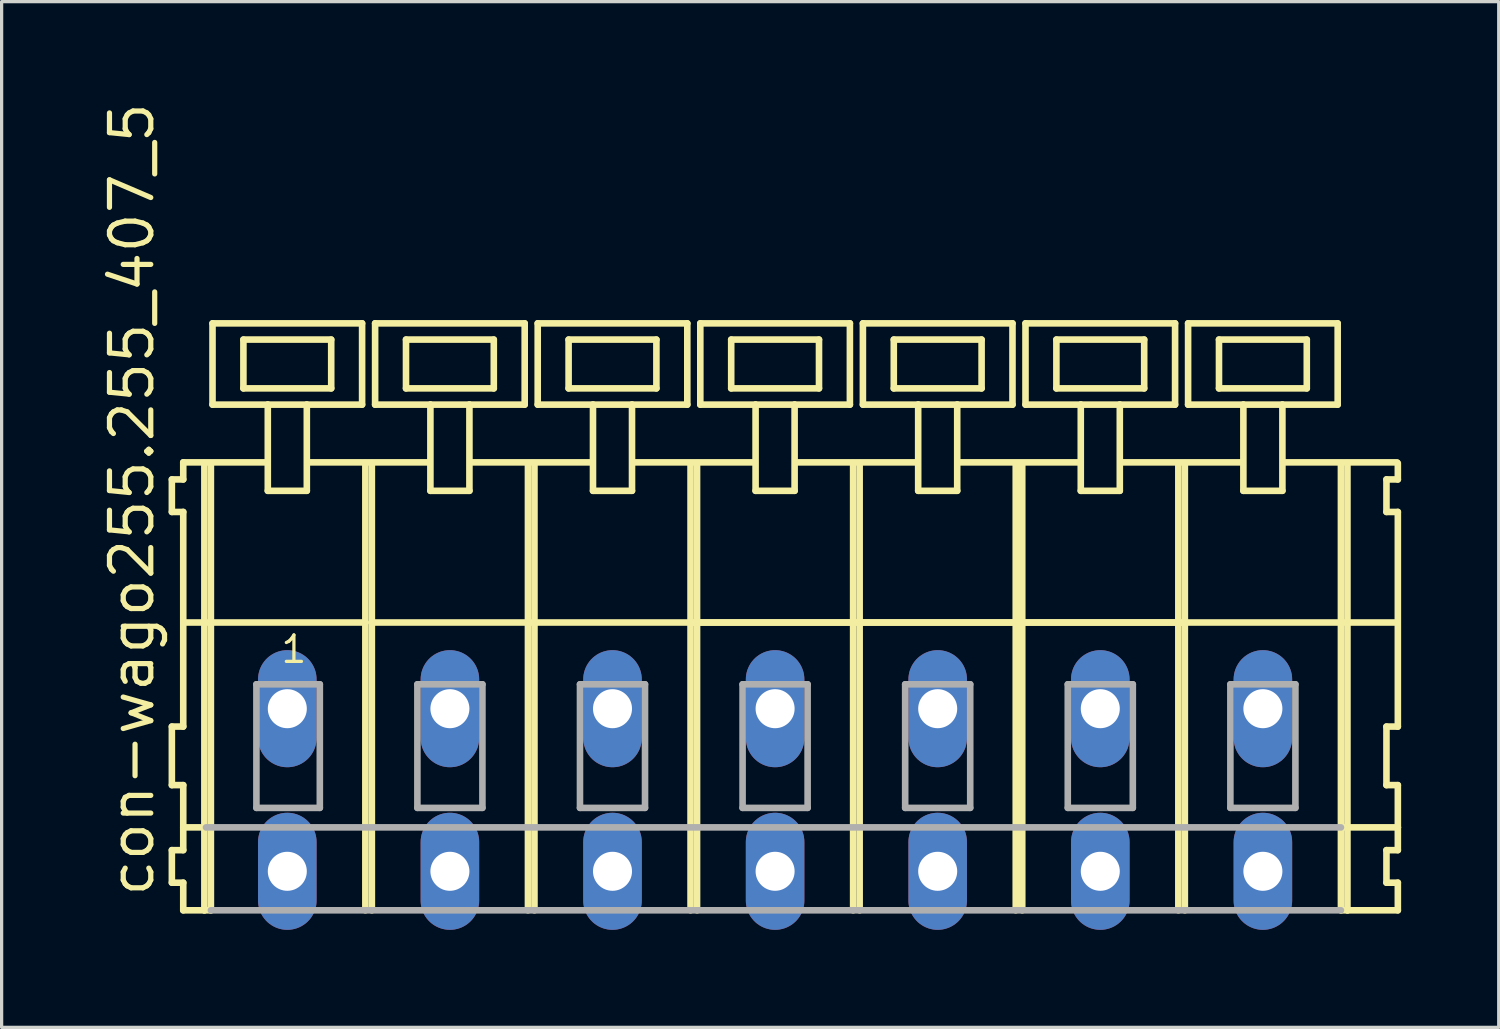
<source format=kicad_pcb>
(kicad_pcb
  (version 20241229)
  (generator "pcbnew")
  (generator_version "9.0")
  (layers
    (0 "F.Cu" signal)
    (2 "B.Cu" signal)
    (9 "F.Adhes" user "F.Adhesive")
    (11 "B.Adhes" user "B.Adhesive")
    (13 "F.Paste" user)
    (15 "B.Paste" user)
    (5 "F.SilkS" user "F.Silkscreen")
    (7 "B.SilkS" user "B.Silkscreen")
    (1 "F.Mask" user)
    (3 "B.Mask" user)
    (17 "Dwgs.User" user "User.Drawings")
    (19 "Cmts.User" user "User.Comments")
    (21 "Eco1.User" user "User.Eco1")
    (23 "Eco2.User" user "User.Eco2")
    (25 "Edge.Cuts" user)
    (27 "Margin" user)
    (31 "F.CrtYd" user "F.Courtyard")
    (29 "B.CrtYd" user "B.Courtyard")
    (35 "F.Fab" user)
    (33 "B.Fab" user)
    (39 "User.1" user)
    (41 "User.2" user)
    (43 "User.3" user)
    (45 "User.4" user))
  (footprint "con-wago255.255_407_5"
    (layer "F.Cu")
    (at 18.285 18.743)
    (property "Reference" "con-wago255.255_407_5" (at -16.535 5.855 90) (layer "F.SilkS") (effects (font (size 1.27 1.27) (thickness 0.16)) (justify left bottom)))
    (attr through_hole)
    (fp_line (start -16.05 -7.05) (end -16.05 -6.05) (stroke (width 0.203) (type default)) (layer "F.SilkS"))
    (fp_line (start -16.05 -6.05) (end -15.7 -6.05) (stroke (width 0.203) (type default)) (layer "F.SilkS"))
    (fp_line (start -16.05 0.55) (end -16.05 2.35) (stroke (width 0.203) (type default)) (layer "F.SilkS"))
    (fp_line (start -16.05 2.35) (end -15.7 2.35) (stroke (width 0.203) (type default)) (layer "F.SilkS"))
    (fp_line (start -16.05 4.35) (end -16.05 5.35) (stroke (width 0.203) (type default)) (layer "F.SilkS"))
    (fp_line (start -16.05 5.35) (end -15.7 5.35) (stroke (width 0.203) (type default)) (layer "F.SilkS"))
    (fp_line (start -15.7 -7.575) (end -15.7 -7.05) (stroke (width 0.203) (type default)) (layer "F.SilkS"))
    (fp_line (start -15.7 -7.575) (end -13.125 -7.575) (stroke (width 0.203) (type default)) (layer "F.SilkS"))
    (fp_line (start -15.7 -7.05) (end -16.05 -7.05) (stroke (width 0.203) (type default)) (layer "F.SilkS"))
    (fp_line (start -15.7 -6.05) (end -15.7 0.55) (stroke (width 0.203) (type default)) (layer "F.SilkS"))
    (fp_line (start -15.7 0.55) (end -16.05 0.55) (stroke (width 0.203) (type default)) (layer "F.SilkS"))
    (fp_line (start -15.7 2.35) (end -15.7 4.35) (stroke (width 0.203) (type default)) (layer "F.SilkS"))
    (fp_line (start -15.7 3.65) (end -15 3.65) (stroke (width 0.203) (type default)) (layer "F.SilkS"))
    (fp_line (start -15.7 4.35) (end -16.05 4.35) (stroke (width 0.203) (type default)) (layer "F.SilkS"))
    (fp_line (start -15.7 5.35) (end -15.7 6.2) (stroke (width 0.203) (type default)) (layer "F.SilkS"))
    (fp_line (start -15.7 6.2) (end -15.05 6.2) (stroke (width 0.203) (type default)) (layer "F.SilkS"))
    (fp_line (start -15.65 -2.65) (end -10.1 -2.65) (stroke (width 0.203) (type default)) (layer "F.SilkS"))
    (fp_line (start -15.05 -7.55) (end -15.05 6.2) (stroke (width 0.203) (type default)) (layer "F.SilkS"))
    (fp_line (start -15.05 6.2) (end -14.85 6.2) (stroke (width 0.203) (type default)) (layer "F.SilkS"))
    (fp_line (start -14.85 -7.55) (end -14.85 6.2) (stroke (width 0.203) (type default)) (layer "F.SilkS"))
    (fp_line (start -14.8 -11.85) (end -14.8 -9.35) (stroke (width 0.203) (type default)) (layer "F.SilkS"))
    (fp_line (start -14.8 -9.35) (end -13.1 -9.35) (stroke (width 0.203) (type default)) (layer "F.SilkS"))
    (fp_line (start -13.85 -11.35) (end -13.85 -9.85) (stroke (width 0.203) (type default)) (layer "F.SilkS"))
    (fp_line (start -13.85 -9.85) (end -11.15 -9.85) (stroke (width 0.203) (type default)) (layer "F.SilkS"))
    (fp_line (start -13.1 -9.35) (end -13.1 -6.7) (stroke (width 0.203) (type default)) (layer "F.SilkS"))
    (fp_line (start -13.1 -9.35) (end -11.9 -9.35) (stroke (width 0.203) (type default)) (layer "F.SilkS"))
    (fp_line (start -13.1 -6.7) (end -11.9 -6.7) (stroke (width 0.203) (type default)) (layer "F.SilkS"))
    (fp_line (start -11.9 -9.35) (end -10.2 -9.35) (stroke (width 0.203) (type default)) (layer "F.SilkS"))
    (fp_line (start -11.9 -6.7) (end -11.9 -9.35) (stroke (width 0.203) (type default)) (layer "F.SilkS"))
    (fp_line (start -11.825 -7.575) (end -8.125 -7.575) (stroke (width 0.203) (type default)) (layer "F.SilkS"))
    (fp_line (start -11.15 -11.35) (end -13.85 -11.35) (stroke (width 0.203) (type default)) (layer "F.SilkS"))
    (fp_line (start -11.15 -9.85) (end -11.15 -11.35) (stroke (width 0.203) (type default)) (layer "F.SilkS"))
    (fp_line (start -10.2 -11.85) (end -14.8 -11.85) (stroke (width 0.203) (type default)) (layer "F.SilkS"))
    (fp_line (start -10.2 -9.35) (end -10.2 -11.85) (stroke (width 0.203) (type default)) (layer "F.SilkS"))
    (fp_line (start -10.1 -7.55) (end -10.1 -2.65) (stroke (width 0.203) (type default)) (layer "F.SilkS"))
    (fp_line (start -10.1 -2.65) (end -10.1 6.2) (stroke (width 0.203) (type default)) (layer "F.SilkS"))
    (fp_line (start -9.9 -7.55) (end -9.9 -2.65) (stroke (width 0.203) (type default)) (layer "F.SilkS"))
    (fp_line (start -9.9 -2.65) (end -9.9 6.2) (stroke (width 0.203) (type default)) (layer "F.SilkS"))
    (fp_line (start -9.9 -2.65) (end -5.1 -2.65) (stroke (width 0.203) (type default)) (layer "F.SilkS"))
    (fp_line (start -9.8 -11.85) (end -9.8 -9.35) (stroke (width 0.203) (type default)) (layer "F.SilkS"))
    (fp_line (start -9.8 -9.35) (end -8.1 -9.35) (stroke (width 0.203) (type default)) (layer "F.SilkS"))
    (fp_line (start -8.85 -11.35) (end -8.85 -9.85) (stroke (width 0.203) (type default)) (layer "F.SilkS"))
    (fp_line (start -8.85 -9.85) (end -6.15 -9.85) (stroke (width 0.203) (type default)) (layer "F.SilkS"))
    (fp_line (start -8.1 -9.35) (end -8.1 -6.7) (stroke (width 0.203) (type default)) (layer "F.SilkS"))
    (fp_line (start -8.1 -9.35) (end -6.9 -9.35) (stroke (width 0.203) (type default)) (layer "F.SilkS"))
    (fp_line (start -8.1 -6.7) (end -6.9 -6.7) (stroke (width 0.203) (type default)) (layer "F.SilkS"))
    (fp_line (start -6.9 -9.35) (end -5.2 -9.35) (stroke (width 0.203) (type default)) (layer "F.SilkS"))
    (fp_line (start -6.9 -6.7) (end -6.9 -9.35) (stroke (width 0.203) (type default)) (layer "F.SilkS"))
    (fp_line (start -6.875 -7.575) (end -3.125 -7.575) (stroke (width 0.203) (type default)) (layer "F.SilkS"))
    (fp_line (start -6.15 -11.35) (end -8.85 -11.35) (stroke (width 0.203) (type default)) (layer "F.SilkS"))
    (fp_line (start -6.15 -9.85) (end -6.15 -11.35) (stroke (width 0.203) (type default)) (layer "F.SilkS"))
    (fp_line (start -5.2 -11.85) (end -9.8 -11.85) (stroke (width 0.203) (type default)) (layer "F.SilkS"))
    (fp_line (start -5.2 -9.35) (end -5.2 -11.85) (stroke (width 0.203) (type default)) (layer "F.SilkS"))
    (fp_line (start -5.1 -7.55) (end -5.1 -2.65) (stroke (width 0.203) (type default)) (layer "F.SilkS"))
    (fp_line (start -5.1 -2.65) (end -5.1 6.2) (stroke (width 0.203) (type default)) (layer "F.SilkS"))
    (fp_line (start -5.1 -2.65) (end -4.9 -2.65) (stroke (width 0.203) (type default)) (layer "F.SilkS"))
    (fp_line (start -4.9 -7.55) (end -4.9 -2.65) (stroke (width 0.203) (type default)) (layer "F.SilkS"))
    (fp_line (start -4.9 -2.65) (end -4.9 6.2) (stroke (width 0.203) (type default)) (layer "F.SilkS"))
    (fp_line (start -4.9 -2.65) (end -0.1 -2.65) (stroke (width 0.203) (type default)) (layer "F.SilkS"))
    (fp_line (start -4.8 -11.85) (end -4.8 -9.35) (stroke (width 0.203) (type default)) (layer "F.SilkS"))
    (fp_line (start -4.8 -9.35) (end -3.1 -9.35) (stroke (width 0.203) (type default)) (layer "F.SilkS"))
    (fp_line (start -3.85 -11.35) (end -3.85 -9.85) (stroke (width 0.203) (type default)) (layer "F.SilkS"))
    (fp_line (start -3.85 -9.85) (end -1.15 -9.85) (stroke (width 0.203) (type default)) (layer "F.SilkS"))
    (fp_line (start -3.1 -9.35) (end -3.1 -6.7) (stroke (width 0.203) (type default)) (layer "F.SilkS"))
    (fp_line (start -3.1 -9.35) (end -1.9 -9.35) (stroke (width 0.203) (type default)) (layer "F.SilkS"))
    (fp_line (start -3.1 -6.7) (end -1.9 -6.7) (stroke (width 0.203) (type default)) (layer "F.SilkS"))
    (fp_line (start -1.9 -9.35) (end -0.2 -9.35) (stroke (width 0.203) (type default)) (layer "F.SilkS"))
    (fp_line (start -1.9 -6.7) (end -1.9 -9.35) (stroke (width 0.203) (type default)) (layer "F.SilkS"))
    (fp_line (start -1.875 -7.575) (end 1.875 -7.575) (stroke (width 0.203) (type default)) (layer "F.SilkS"))
    (fp_line (start -1.15 -11.35) (end -3.85 -11.35) (stroke (width 0.203) (type default)) (layer "F.SilkS"))
    (fp_line (start -1.15 -9.85) (end -1.15 -11.35) (stroke (width 0.203) (type default)) (layer "F.SilkS"))
    (fp_line (start -0.2 -11.85) (end -4.8 -11.85) (stroke (width 0.203) (type default)) (layer "F.SilkS"))
    (fp_line (start -0.2 -9.35) (end -0.2 -11.85) (stroke (width 0.203) (type default)) (layer "F.SilkS"))
    (fp_line (start -0.1 -7.55) (end -0.1 -2.65) (stroke (width 0.203) (type default)) (layer "F.SilkS"))
    (fp_line (start -0.1 -2.65) (end -0.1 6.2) (stroke (width 0.203) (type default)) (layer "F.SilkS"))
    (fp_line (start -0.1 -2.65) (end 0.1 -2.65) (stroke (width 0.203) (type default)) (layer "F.SilkS"))
    (fp_line (start -0.1 -2.65) (end 19.9 -2.65) (stroke (width 0.203) (type default)) (layer "F.SilkS"))
    (fp_line (start 0.1 -7.55) (end 0.1 -2.65) (stroke (width 0.203) (type default)) (layer "F.SilkS"))
    (fp_line (start 0.1 -2.65) (end 0.1 6.2) (stroke (width 0.203) (type default)) (layer "F.SilkS"))
    (fp_line (start 0.1 -2.65) (end 4.9 -2.65) (stroke (width 0.203) (type default)) (layer "F.SilkS"))
    (fp_line (start 0.2 -11.85) (end 0.2 -9.35) (stroke (width 0.203) (type default)) (layer "F.SilkS"))
    (fp_line (start 0.2 -9.35) (end 1.9 -9.35) (stroke (width 0.203) (type default)) (layer "F.SilkS"))
    (fp_line (start 1.15 -11.35) (end 1.15 -9.85) (stroke (width 0.203) (type default)) (layer "F.SilkS"))
    (fp_line (start 1.15 -9.85) (end 3.85 -9.85) (stroke (width 0.203) (type default)) (layer "F.SilkS"))
    (fp_line (start 1.9 -9.35) (end 1.9 -6.7) (stroke (width 0.203) (type default)) (layer "F.SilkS"))
    (fp_line (start 1.9 -9.35) (end 3.1 -9.35) (stroke (width 0.203) (type default)) (layer "F.SilkS"))
    (fp_line (start 1.9 -6.7) (end 3.1 -6.7) (stroke (width 0.203) (type default)) (layer "F.SilkS"))
    (fp_line (start 3.1 -9.35) (end 4.8 -9.35) (stroke (width 0.203) (type default)) (layer "F.SilkS"))
    (fp_line (start 3.1 -6.7) (end 3.1 -9.35) (stroke (width 0.203) (type default)) (layer "F.SilkS"))
    (fp_line (start 3.125 -7.575) (end 6.875 -7.575) (stroke (width 0.203) (type default)) (layer "F.SilkS"))
    (fp_line (start 3.85 -11.35) (end 1.15 -11.35) (stroke (width 0.203) (type default)) (layer "F.SilkS"))
    (fp_line (start 3.85 -9.85) (end 3.85 -11.35) (stroke (width 0.203) (type default)) (layer "F.SilkS"))
    (fp_line (start 4.8 -11.85) (end 0.2 -11.85) (stroke (width 0.203) (type default)) (layer "F.SilkS"))
    (fp_line (start 4.8 -9.35) (end 4.8 -11.85) (stroke (width 0.203) (type default)) (layer "F.SilkS"))
    (fp_line (start 4.9 -7.55) (end 4.9 -2.65) (stroke (width 0.203) (type default)) (layer "F.SilkS"))
    (fp_line (start 4.9 -2.65) (end 4.9 6.2) (stroke (width 0.203) (type default)) (layer "F.SilkS"))
    (fp_line (start 4.9 -2.65) (end 5.1 -2.65) (stroke (width 0.203) (type default)) (layer "F.SilkS"))
    (fp_line (start 5.1 -7.55) (end 5.1 -2.65) (stroke (width 0.203) (type default)) (layer "F.SilkS"))
    (fp_line (start 5.1 -2.65) (end 5.1 6.2) (stroke (width 0.203) (type default)) (layer "F.SilkS"))
    (fp_line (start 5.1 -2.65) (end 9.9 -2.65) (stroke (width 0.203) (type default)) (layer "F.SilkS"))
    (fp_line (start 5.2 -11.85) (end 5.2 -9.35) (stroke (width 0.203) (type default)) (layer "F.SilkS"))
    (fp_line (start 5.2 -9.35) (end 6.9 -9.35) (stroke (width 0.203) (type default)) (layer "F.SilkS"))
    (fp_line (start 6.15 -11.35) (end 6.15 -9.85) (stroke (width 0.203) (type default)) (layer "F.SilkS"))
    (fp_line (start 6.15 -9.85) (end 8.85 -9.85) (stroke (width 0.203) (type default)) (layer "F.SilkS"))
    (fp_line (start 6.9 -9.35) (end 6.9 -6.7) (stroke (width 0.203) (type default)) (layer "F.SilkS"))
    (fp_line (start 6.9 -9.35) (end 8.1 -9.35) (stroke (width 0.203) (type default)) (layer "F.SilkS"))
    (fp_line (start 6.9 -6.7) (end 8.1 -6.7) (stroke (width 0.203) (type default)) (layer "F.SilkS"))
    (fp_line (start 8.1 -9.35) (end 9.8 -9.35) (stroke (width 0.203) (type default)) (layer "F.SilkS"))
    (fp_line (start 8.1 -6.7) (end 8.1 -9.35) (stroke (width 0.203) (type default)) (layer "F.SilkS"))
    (fp_line (start 8.125 -7.575) (end 11.875 -7.575) (stroke (width 0.203) (type default)) (layer "F.SilkS"))
    (fp_line (start 8.85 -11.35) (end 6.15 -11.35) (stroke (width 0.203) (type default)) (layer "F.SilkS"))
    (fp_line (start 8.85 -9.85) (end 8.85 -11.35) (stroke (width 0.203) (type default)) (layer "F.SilkS"))
    (fp_line (start 9.8 -11.85) (end 5.2 -11.85) (stroke (width 0.203) (type default)) (layer "F.SilkS"))
    (fp_line (start 9.8 -9.35) (end 9.8 -11.85) (stroke (width 0.203) (type default)) (layer "F.SilkS"))
    (fp_line (start 9.9 -7.55) (end 9.9 -2.65) (stroke (width 0.203) (type default)) (layer "F.SilkS"))
    (fp_line (start 9.9 -2.65) (end 9.9 6.2) (stroke (width 0.203) (type default)) (layer "F.SilkS"))
    (fp_line (start 9.9 -2.65) (end 10.1 -2.65) (stroke (width 0.203) (type default)) (layer "F.SilkS"))
    (fp_line (start 10.1 -7.55) (end 10.1 -2.65) (stroke (width 0.203) (type default)) (layer "F.SilkS"))
    (fp_line (start 10.1 -2.65) (end 10.1 6.2) (stroke (width 0.203) (type default)) (layer "F.SilkS"))
    (fp_line (start 10.1 -2.65) (end 14.9 -2.65) (stroke (width 0.203) (type default)) (layer "F.SilkS"))
    (fp_line (start 10.2 -11.85) (end 10.2 -9.35) (stroke (width 0.203) (type default)) (layer "F.SilkS"))
    (fp_line (start 10.2 -9.35) (end 11.9 -9.35) (stroke (width 0.203) (type default)) (layer "F.SilkS"))
    (fp_line (start 11.15 -11.35) (end 11.15 -9.85) (stroke (width 0.203) (type default)) (layer "F.SilkS"))
    (fp_line (start 11.15 -9.85) (end 13.85 -9.85) (stroke (width 0.203) (type default)) (layer "F.SilkS"))
    (fp_line (start 11.9 -9.35) (end 11.9 -6.7) (stroke (width 0.203) (type default)) (layer "F.SilkS"))
    (fp_line (start 11.9 -9.35) (end 13.1 -9.35) (stroke (width 0.203) (type default)) (layer "F.SilkS"))
    (fp_line (start 11.9 -6.7) (end 13.1 -6.7) (stroke (width 0.203) (type default)) (layer "F.SilkS"))
    (fp_line (start 13.1 -9.35) (end 14.8 -9.35) (stroke (width 0.203) (type default)) (layer "F.SilkS"))
    (fp_line (start 13.1 -6.7) (end 13.1 -9.35) (stroke (width 0.203) (type default)) (layer "F.SilkS"))
    (fp_line (start 13.125 -7.575) (end 16.875 -7.575) (stroke (width 0.203) (type default)) (layer "F.SilkS"))
    (fp_line (start 13.85 -11.35) (end 11.15 -11.35) (stroke (width 0.203) (type default)) (layer "F.SilkS"))
    (fp_line (start 13.85 -9.85) (end 13.85 -11.35) (stroke (width 0.203) (type default)) (layer "F.SilkS"))
    (fp_line (start 14.8 -11.85) (end 10.2 -11.85) (stroke (width 0.203) (type default)) (layer "F.SilkS"))
    (fp_line (start 14.8 -9.35) (end 14.8 -11.85) (stroke (width 0.203) (type default)) (layer "F.SilkS"))
    (fp_line (start 14.9 -7.55) (end 14.9 -2.65) (stroke (width 0.203) (type default)) (layer "F.SilkS"))
    (fp_line (start 14.9 -2.65) (end 14.9 6.2) (stroke (width 0.203) (type default)) (layer "F.SilkS"))
    (fp_line (start 14.9 -2.65) (end 15.1 -2.65) (stroke (width 0.203) (type default)) (layer "F.SilkS"))
    (fp_line (start 15.1 -7.55) (end 15.1 -2.65) (stroke (width 0.203) (type default)) (layer "F.SilkS"))
    (fp_line (start 15.1 -2.65) (end 15.1 6.2) (stroke (width 0.203) (type default)) (layer "F.SilkS"))
    (fp_line (start 15.2 -11.85) (end 15.2 -9.35) (stroke (width 0.203) (type default)) (layer "F.SilkS"))
    (fp_line (start 15.2 -9.35) (end 16.9 -9.35) (stroke (width 0.203) (type default)) (layer "F.SilkS"))
    (fp_line (start 16.15 -11.35) (end 16.15 -9.85) (stroke (width 0.203) (type default)) (layer "F.SilkS"))
    (fp_line (start 16.15 -9.85) (end 18.85 -9.85) (stroke (width 0.203) (type default)) (layer "F.SilkS"))
    (fp_line (start 16.9 -9.35) (end 16.9 -6.7) (stroke (width 0.203) (type default)) (layer "F.SilkS"))
    (fp_line (start 16.9 -9.35) (end 18.1 -9.35) (stroke (width 0.203) (type default)) (layer "F.SilkS"))
    (fp_line (start 16.9 -6.7) (end 18.1 -6.7) (stroke (width 0.203) (type default)) (layer "F.SilkS"))
    (fp_line (start 18.1 -9.35) (end 19.8 -9.35) (stroke (width 0.203) (type default)) (layer "F.SilkS"))
    (fp_line (start 18.1 -6.7) (end 18.1 -9.35) (stroke (width 0.203) (type default)) (layer "F.SilkS"))
    (fp_line (start 18.125 -7.575) (end 21.625 -7.575) (stroke (width 0.203) (type default)) (layer "F.SilkS"))
    (fp_line (start 18.85 -11.35) (end 16.15 -11.35) (stroke (width 0.203) (type default)) (layer "F.SilkS"))
    (fp_line (start 18.85 -9.85) (end 18.85 -11.35) (stroke (width 0.203) (type default)) (layer "F.SilkS"))
    (fp_line (start 19.8 -11.85) (end 15.2 -11.85) (stroke (width 0.203) (type default)) (layer "F.SilkS"))
    (fp_line (start 19.8 -9.35) (end 19.8 -11.85) (stroke (width 0.203) (type default)) (layer "F.SilkS"))
    (fp_line (start 19.9 -7.55) (end 19.9 -2.65) (stroke (width 0.203) (type default)) (layer "F.SilkS"))
    (fp_line (start 19.9 -2.65) (end 19.9 6.2) (stroke (width 0.203) (type default)) (layer "F.SilkS"))
    (fp_line (start 19.9 -2.65) (end 20.1 -2.65) (stroke (width 0.203) (type default)) (layer "F.SilkS"))
    (fp_line (start 19.9 6.2) (end 20.1 6.2) (stroke (width 0.203) (type default)) (layer "F.SilkS"))
    (fp_line (start 19.95 3.65) (end 21.65 3.65) (stroke (width 0.203) (type default)) (layer "F.SilkS"))
    (fp_line (start 20.1 -7.55) (end 20.1 -2.65) (stroke (width 0.203) (type default)) (layer "F.SilkS"))
    (fp_line (start 20.1 -2.65) (end 20.1 6.2) (stroke (width 0.203) (type default)) (layer "F.SilkS"))
    (fp_line (start 20.1 -2.65) (end 21.6 -2.65) (stroke (width 0.203) (type default)) (layer "F.SilkS"))
    (fp_line (start 20.1 6.2) (end 21.65 6.2) (stroke (width 0.203) (type default)) (layer "F.SilkS"))
    (fp_line (start 21.3 -7.05) (end 21.3 -6.05) (stroke (width 0.203) (type default)) (layer "F.SilkS"))
    (fp_line (start 21.3 -6.05) (end 21.65 -6.05) (stroke (width 0.203) (type default)) (layer "F.SilkS"))
    (fp_line (start 21.3 0.55) (end 21.3 2.35) (stroke (width 0.203) (type default)) (layer "F.SilkS"))
    (fp_line (start 21.3 2.35) (end 21.65 2.35) (stroke (width 0.203) (type default)) (layer "F.SilkS"))
    (fp_line (start 21.3 4.35) (end 21.3 5.35) (stroke (width 0.203) (type default)) (layer "F.SilkS"))
    (fp_line (start 21.3 5.35) (end 21.65 5.35) (stroke (width 0.203) (type default)) (layer "F.SilkS"))
    (fp_line (start 21.65 -7.05) (end 21.3 -7.05) (stroke (width 0.203) (type default)) (layer "F.SilkS"))
    (fp_line (start 21.65 -7.05) (end 21.65 -7.55) (stroke (width 0.203) (type default)) (layer "F.SilkS"))
    (fp_line (start 21.65 0.55) (end 21.3 0.55) (stroke (width 0.203) (type default)) (layer "F.SilkS"))
    (fp_line (start 21.65 0.55) (end 21.65 -6.05) (stroke (width 0.203) (type default)) (layer "F.SilkS"))
    (fp_line (start 21.65 3.65) (end 21.65 2.35) (stroke (width 0.203) (type default)) (layer "F.SilkS"))
    (fp_line (start 21.65 4.35) (end 21.3 4.35) (stroke (width 0.203) (type default)) (layer "F.SilkS"))
    (fp_line (start 21.65 4.35) (end 21.65 3.65) (stroke (width 0.203) (type default)) (layer "F.SilkS"))
    (fp_line (start 21.65 6.2) (end 21.65 5.35) (stroke (width 0.203) (type default)) (layer "F.SilkS"))
    (fp_line (start -15 3.65) (end 19.9 3.65) (stroke (width 0.203) (type default)) (layer "F.Fab"))
    (fp_line (start -14.85 6.2) (end 19.9 6.2) (stroke (width 0.203) (type default)) (layer "F.Fab"))
    (fp_line (start -13.45 -0.75) (end -13.45 3.05) (stroke (width 0.203) (type default)) (layer "F.Fab"))
    (fp_line (start -13.45 3.05) (end -11.5 3.05) (stroke (width 0.203) (type default)) (layer "F.Fab"))
    (fp_line (start -11.5 -0.75) (end -13.45 -0.75) (stroke (width 0.203) (type default)) (layer "F.Fab"))
    (fp_line (start -11.5 3.05) (end -11.5 -0.75) (stroke (width 0.203) (type default)) (layer "F.Fab"))
    (fp_line (start -8.5 -0.75) (end -8.5 3.05) (stroke (width 0.203) (type default)) (layer "F.Fab"))
    (fp_line (start -8.5 3.05) (end -6.5 3.05) (stroke (width 0.203) (type default)) (layer "F.Fab"))
    (fp_line (start -6.5 -0.75) (end -8.5 -0.75) (stroke (width 0.203) (type default)) (layer "F.Fab"))
    (fp_line (start -6.5 3.05) (end -6.5 -0.75) (stroke (width 0.203) (type default)) (layer "F.Fab"))
    (fp_line (start -3.5 -0.75) (end -3.5 3.05) (stroke (width 0.203) (type default)) (layer "F.Fab"))
    (fp_line (start -3.5 3.05) (end -1.5 3.05) (stroke (width 0.203) (type default)) (layer "F.Fab"))
    (fp_line (start -1.5 -0.75) (end -3.5 -0.75) (stroke (width 0.203) (type default)) (layer "F.Fab"))
    (fp_line (start -1.5 3.05) (end -1.5 -0.75) (stroke (width 0.203) (type default)) (layer "F.Fab"))
    (fp_line (start 1.5 -0.75) (end 1.5 3.05) (stroke (width 0.203) (type default)) (layer "F.Fab"))
    (fp_line (start 1.5 3.05) (end 3.5 3.05) (stroke (width 0.203) (type default)) (layer "F.Fab"))
    (fp_line (start 3.5 -0.75) (end 1.5 -0.75) (stroke (width 0.203) (type default)) (layer "F.Fab"))
    (fp_line (start 3.5 3.05) (end 3.5 -0.75) (stroke (width 0.203) (type default)) (layer "F.Fab"))
    (fp_line (start 6.5 -0.75) (end 6.5 3.05) (stroke (width 0.203) (type default)) (layer "F.Fab"))
    (fp_line (start 6.5 3.05) (end 8.5 3.05) (stroke (width 0.203) (type default)) (layer "F.Fab"))
    (fp_line (start 8.5 -0.75) (end 6.5 -0.75) (stroke (width 0.203) (type default)) (layer "F.Fab"))
    (fp_line (start 8.5 3.05) (end 8.5 -0.75) (stroke (width 0.203) (type default)) (layer "F.Fab"))
    (fp_line (start 11.5 -0.75) (end 11.5 3.05) (stroke (width 0.203) (type default)) (layer "F.Fab"))
    (fp_line (start 11.5 3.05) (end 13.5 3.05) (stroke (width 0.203) (type default)) (layer "F.Fab"))
    (fp_line (start 13.5 -0.75) (end 11.5 -0.75) (stroke (width 0.203) (type default)) (layer "F.Fab"))
    (fp_line (start 13.5 3.05) (end 13.5 -0.75) (stroke (width 0.203) (type default)) (layer "F.Fab"))
    (fp_line (start 16.5 -0.75) (end 16.5 3.05) (stroke (width 0.203) (type default)) (layer "F.Fab"))
    (fp_line (start 16.5 3.05) (end 18.5 3.05) (stroke (width 0.203) (type default)) (layer "F.Fab"))
    (fp_line (start 18.5 -0.75) (end 16.5 -0.75) (stroke (width 0.203) (type default)) (layer "F.Fab"))
    (fp_line (start 18.5 3.05) (end 18.5 -0.75) (stroke (width 0.203) (type default)) (layer "F.Fab"))
    (fp_text user "1" (at -12.75 -1.35 0) (layer "F.SilkS") (effects (font (size 0.813 0.813) (thickness 0.1)) (justify left bottom)))
    (pad "A1" thru_hole oval (at -12.5 0 90) (size 3.6 1.8) (drill 1.2) (layers "*.Cu" "*.Mask"))
    (pad "A2" thru_hole oval (at -7.5 0 90) (size 3.6 1.8) (drill 1.2) (layers "*.Cu" "*.Mask"))
    (pad "A3" thru_hole oval (at -2.5 0 90) (size 3.6 1.8) (drill 1.2) (layers "*.Cu" "*.Mask"))
    (pad "A4" thru_hole oval (at 2.5 0 90) (size 3.6 1.8) (drill 1.2) (layers "*.Cu" "*.Mask"))
    (pad "A5" thru_hole oval (at 7.5 0 90) (size 3.6 1.8) (drill 1.2) (layers "*.Cu" "*.Mask"))
    (pad "A6" thru_hole oval (at 12.5 0 90) (size 3.6 1.8) (drill 1.2) (layers "*.Cu" "*.Mask"))
    (pad "A7" thru_hole oval (at 17.5 0 90) (size 3.6 1.8) (drill 1.2) (layers "*.Cu" "*.Mask"))
    (pad "B1" thru_hole oval (at -12.5 5 90) (size 3.6 1.8) (drill 1.2) (layers "*.Cu" "*.Mask"))
    (pad "B2" thru_hole oval (at -7.5 5 90) (size 3.6 1.8) (drill 1.2) (layers "*.Cu" "*.Mask"))
    (pad "B3" thru_hole oval (at -2.5 5 90) (size 3.6 1.8) (drill 1.2) (layers "*.Cu" "*.Mask"))
    (pad "B4" thru_hole oval (at 2.5 5 90) (size 3.6 1.8) (drill 1.2) (layers "*.Cu" "*.Mask"))
    (pad "B5" thru_hole oval (at 7.5 5 90) (size 3.6 1.8) (drill 1.2) (layers "*.Cu" "*.Mask"))
    (pad "B6" thru_hole oval (at 12.5 5 90) (size 3.6 1.8) (drill 1.2) (layers "*.Cu" "*.Mask"))
    (pad "B7" thru_hole oval (at 17.5 5 90) (size 3.6 1.8) (drill 1.2) (layers "*.Cu" "*.Mask")))
  (gr_rect
    (start -3 -3)
    (end 43.037 28.543)
    (stroke (width 0.1) (type default))
    (fill no)
    (layer "Edge.Cuts")))
</source>
